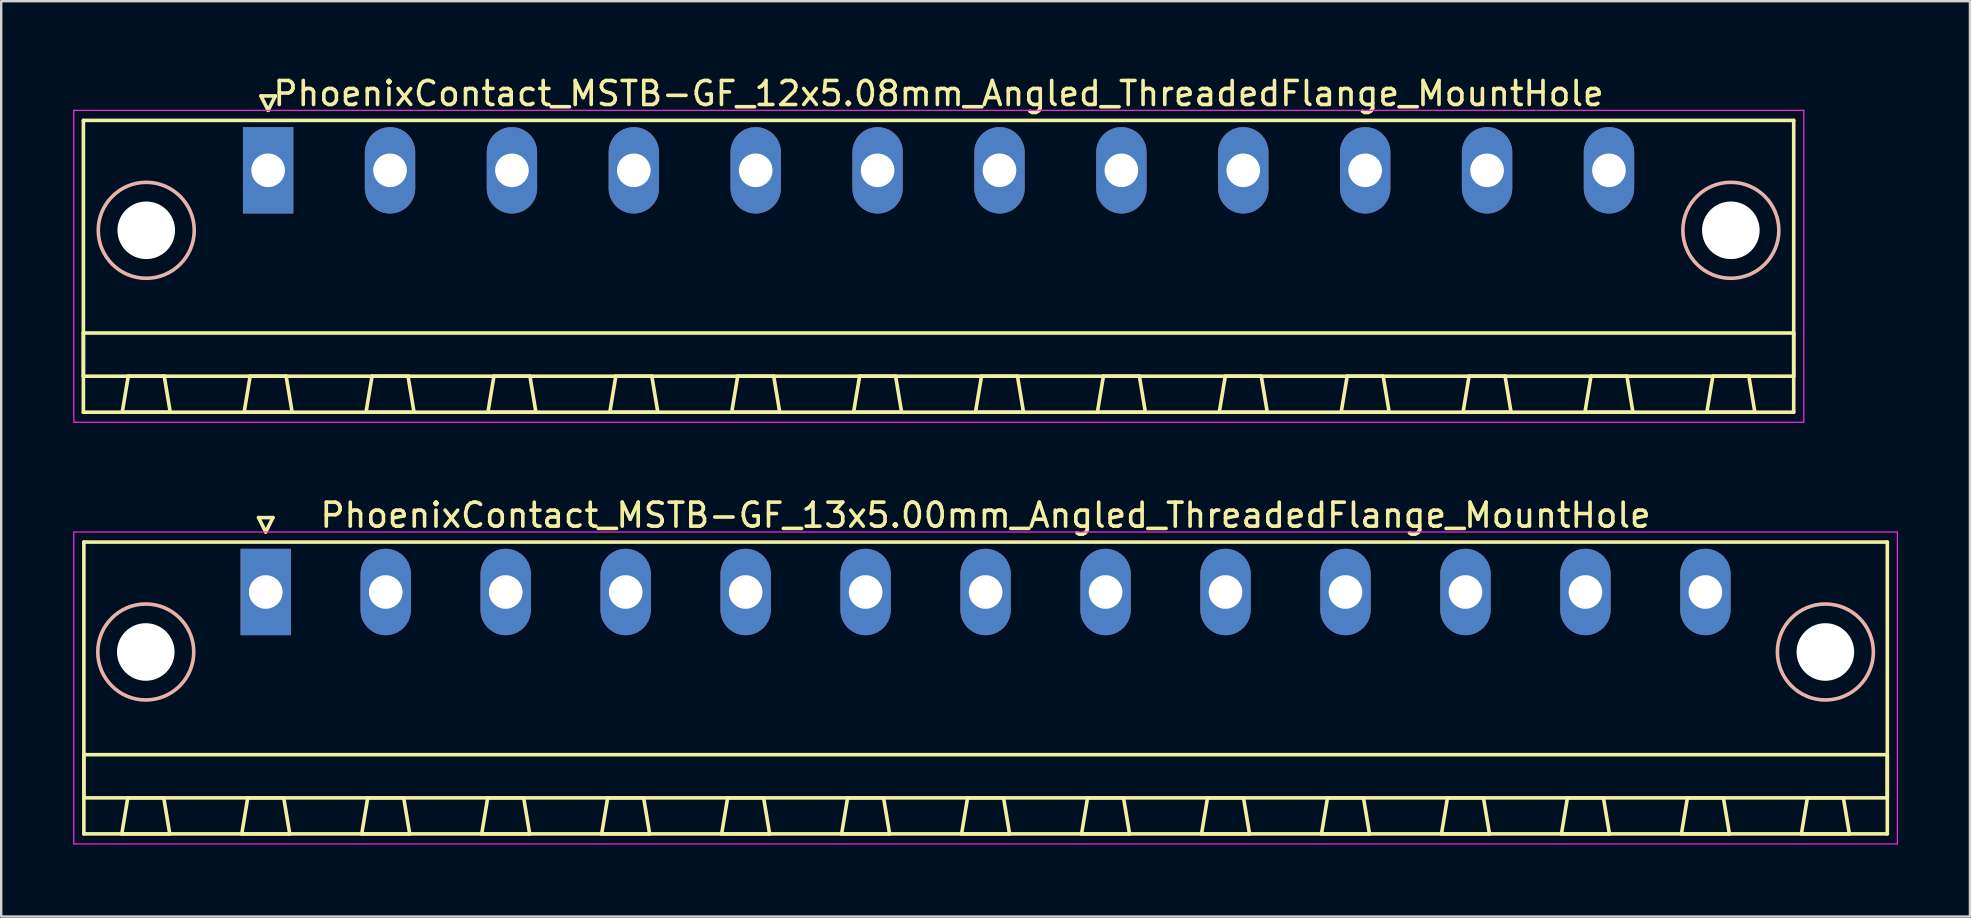
<source format=kicad_pcb>
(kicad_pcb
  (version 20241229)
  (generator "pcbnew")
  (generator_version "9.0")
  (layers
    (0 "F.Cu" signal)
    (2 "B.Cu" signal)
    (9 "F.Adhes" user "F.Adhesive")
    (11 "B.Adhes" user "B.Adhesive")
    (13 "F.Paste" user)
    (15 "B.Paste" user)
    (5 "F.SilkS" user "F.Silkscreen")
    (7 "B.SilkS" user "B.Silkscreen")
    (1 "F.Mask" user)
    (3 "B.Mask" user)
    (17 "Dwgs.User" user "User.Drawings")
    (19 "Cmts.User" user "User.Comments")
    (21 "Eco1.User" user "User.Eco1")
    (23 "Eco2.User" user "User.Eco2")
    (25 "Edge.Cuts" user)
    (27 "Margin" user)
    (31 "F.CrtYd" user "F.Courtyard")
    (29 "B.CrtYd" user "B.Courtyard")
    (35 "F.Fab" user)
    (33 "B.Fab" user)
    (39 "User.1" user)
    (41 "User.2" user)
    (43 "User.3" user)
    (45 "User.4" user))
  (footprint "PhoenixContact_MSTB-GF_12x5.08mm_Angled_ThreadedFlange_MountHole"
    (layer "F.Cu")
    (at 8.125 4.048)
    (property "Reference" "PhoenixContact_MSTB-GF_12x5.08mm_Angled_ThreadedFlange_MountHole" (at 27.94 -3.2 0) (layer "F.SilkS") (effects (font (size 1 1) (thickness 0.15))))
    (attr through_hole)
    (fp_line (start -7.7 -2.08) (end -7.7 10.08) (stroke (width 0.15) (type solid)) (layer "F.SilkS"))
    (fp_line (start -7.7 6.78) (end 63.58 6.78) (stroke (width 0.15) (type solid)) (layer "F.SilkS"))
    (fp_line (start -7.7 8.58) (end -7.7 6.78) (stroke (width 0.15) (type solid)) (layer "F.SilkS"))
    (fp_line (start -7.7 10.08) (end 63.58 10.08) (stroke (width 0.15) (type solid)) (layer "F.SilkS"))
    (fp_line (start -6.08 10.08) (end -4.08 10.08) (stroke (width 0.15) (type solid)) (layer "F.SilkS"))
    (fp_line (start -5.83 8.58) (end -6.08 10.08) (stroke (width 0.15) (type solid)) (layer "F.SilkS"))
    (fp_line (start -4.33 8.58) (end -5.83 8.58) (stroke (width 0.15) (type solid)) (layer "F.SilkS"))
    (fp_line (start -4.08 10.08) (end -4.33 8.58) (stroke (width 0.15) (type solid)) (layer "F.SilkS"))
    (fp_line (start -1 10.08) (end 1 10.08) (stroke (width 0.15) (type solid)) (layer "F.SilkS"))
    (fp_line (start -0.75 8.58) (end -1 10.08) (stroke (width 0.15) (type solid)) (layer "F.SilkS"))
    (fp_line (start -0.3 -3.1) (end 0 -2.5) (stroke (width 0.15) (type solid)) (layer "F.SilkS"))
    (fp_line (start 0 -2.5) (end 0.3 -3.1) (stroke (width 0.15) (type solid)) (layer "F.SilkS"))
    (fp_line (start 0.3 -3.1) (end -0.3 -3.1) (stroke (width 0.15) (type solid)) (layer "F.SilkS"))
    (fp_line (start 0.75 8.58) (end -0.75 8.58) (stroke (width 0.15) (type solid)) (layer "F.SilkS"))
    (fp_line (start 1 10.08) (end 0.75 8.58) (stroke (width 0.15) (type solid)) (layer "F.SilkS"))
    (fp_line (start 4.08 10.08) (end 6.08 10.08) (stroke (width 0.15) (type solid)) (layer "F.SilkS"))
    (fp_line (start 4.33 8.58) (end 4.08 10.08) (stroke (width 0.15) (type solid)) (layer "F.SilkS"))
    (fp_line (start 5.83 8.58) (end 4.33 8.58) (stroke (width 0.15) (type solid)) (layer "F.SilkS"))
    (fp_line (start 6.08 10.08) (end 5.83 8.58) (stroke (width 0.15) (type solid)) (layer "F.SilkS"))
    (fp_line (start 9.16 10.08) (end 11.16 10.08) (stroke (width 0.15) (type solid)) (layer "F.SilkS"))
    (fp_line (start 9.41 8.58) (end 9.16 10.08) (stroke (width 0.15) (type solid)) (layer "F.SilkS"))
    (fp_line (start 10.91 8.58) (end 9.41 8.58) (stroke (width 0.15) (type solid)) (layer "F.SilkS"))
    (fp_line (start 11.16 10.08) (end 10.91 8.58) (stroke (width 0.15) (type solid)) (layer "F.SilkS"))
    (fp_line (start 14.24 10.08) (end 16.24 10.08) (stroke (width 0.15) (type solid)) (layer "F.SilkS"))
    (fp_line (start 14.49 8.58) (end 14.24 10.08) (stroke (width 0.15) (type solid)) (layer "F.SilkS"))
    (fp_line (start 15.99 8.58) (end 14.49 8.58) (stroke (width 0.15) (type solid)) (layer "F.SilkS"))
    (fp_line (start 16.24 10.08) (end 15.99 8.58) (stroke (width 0.15) (type solid)) (layer "F.SilkS"))
    (fp_line (start 19.32 10.08) (end 21.32 10.08) (stroke (width 0.15) (type solid)) (layer "F.SilkS"))
    (fp_line (start 19.57 8.58) (end 19.32 10.08) (stroke (width 0.15) (type solid)) (layer "F.SilkS"))
    (fp_line (start 21.07 8.58) (end 19.57 8.58) (stroke (width 0.15) (type solid)) (layer "F.SilkS"))
    (fp_line (start 21.32 10.08) (end 21.07 8.58) (stroke (width 0.15) (type solid)) (layer "F.SilkS"))
    (fp_line (start 24.4 10.08) (end 26.4 10.08) (stroke (width 0.15) (type solid)) (layer "F.SilkS"))
    (fp_line (start 24.65 8.58) (end 24.4 10.08) (stroke (width 0.15) (type solid)) (layer "F.SilkS"))
    (fp_line (start 26.15 8.58) (end 24.65 8.58) (stroke (width 0.15) (type solid)) (layer "F.SilkS"))
    (fp_line (start 26.4 10.08) (end 26.15 8.58) (stroke (width 0.15) (type solid)) (layer "F.SilkS"))
    (fp_line (start 29.48 10.08) (end 31.48 10.08) (stroke (width 0.15) (type solid)) (layer "F.SilkS"))
    (fp_line (start 29.73 8.58) (end 29.48 10.08) (stroke (width 0.15) (type solid)) (layer "F.SilkS"))
    (fp_line (start 31.23 8.58) (end 29.73 8.58) (stroke (width 0.15) (type solid)) (layer "F.SilkS"))
    (fp_line (start 31.48 10.08) (end 31.23 8.58) (stroke (width 0.15) (type solid)) (layer "F.SilkS"))
    (fp_line (start 34.56 10.08) (end 36.56 10.08) (stroke (width 0.15) (type solid)) (layer "F.SilkS"))
    (fp_line (start 34.81 8.58) (end 34.56 10.08) (stroke (width 0.15) (type solid)) (layer "F.SilkS"))
    (fp_line (start 36.31 8.58) (end 34.81 8.58) (stroke (width 0.15) (type solid)) (layer "F.SilkS"))
    (fp_line (start 36.56 10.08) (end 36.31 8.58) (stroke (width 0.15) (type solid)) (layer "F.SilkS"))
    (fp_line (start 39.64 10.08) (end 41.64 10.08) (stroke (width 0.15) (type solid)) (layer "F.SilkS"))
    (fp_line (start 39.89 8.58) (end 39.64 10.08) (stroke (width 0.15) (type solid)) (layer "F.SilkS"))
    (fp_line (start 41.39 8.58) (end 39.89 8.58) (stroke (width 0.15) (type solid)) (layer "F.SilkS"))
    (fp_line (start 41.64 10.08) (end 41.39 8.58) (stroke (width 0.15) (type solid)) (layer "F.SilkS"))
    (fp_line (start 44.72 10.08) (end 46.72 10.08) (stroke (width 0.15) (type solid)) (layer "F.SilkS"))
    (fp_line (start 44.97 8.58) (end 44.72 10.08) (stroke (width 0.15) (type solid)) (layer "F.SilkS"))
    (fp_line (start 46.47 8.58) (end 44.97 8.58) (stroke (width 0.15) (type solid)) (layer "F.SilkS"))
    (fp_line (start 46.72 10.08) (end 46.47 8.58) (stroke (width 0.15) (type solid)) (layer "F.SilkS"))
    (fp_line (start 49.8 10.08) (end 51.8 10.08) (stroke (width 0.15) (type solid)) (layer "F.SilkS"))
    (fp_line (start 50.05 8.58) (end 49.8 10.08) (stroke (width 0.15) (type solid)) (layer "F.SilkS"))
    (fp_line (start 51.55 8.58) (end 50.05 8.58) (stroke (width 0.15) (type solid)) (layer "F.SilkS"))
    (fp_line (start 51.8 10.08) (end 51.55 8.58) (stroke (width 0.15) (type solid)) (layer "F.SilkS"))
    (fp_line (start 54.88 10.08) (end 56.88 10.08) (stroke (width 0.15) (type solid)) (layer "F.SilkS"))
    (fp_line (start 55.13 8.58) (end 54.88 10.08) (stroke (width 0.15) (type solid)) (layer "F.SilkS"))
    (fp_line (start 56.63 8.58) (end 55.13 8.58) (stroke (width 0.15) (type solid)) (layer "F.SilkS"))
    (fp_line (start 56.88 10.08) (end 56.63 8.58) (stroke (width 0.15) (type solid)) (layer "F.SilkS"))
    (fp_line (start 59.96 10.08) (end 61.96 10.08) (stroke (width 0.15) (type solid)) (layer "F.SilkS"))
    (fp_line (start 60.21 8.58) (end 59.96 10.08) (stroke (width 0.15) (type solid)) (layer "F.SilkS"))
    (fp_line (start 61.71 8.58) (end 60.21 8.58) (stroke (width 0.15) (type solid)) (layer "F.SilkS"))
    (fp_line (start 61.96 10.08) (end 61.71 8.58) (stroke (width 0.15) (type solid)) (layer "F.SilkS"))
    (fp_line (start 63.58 -2.08) (end -7.7 -2.08) (stroke (width 0.15) (type solid)) (layer "F.SilkS"))
    (fp_line (start 63.58 6.78) (end 63.58 8.58) (stroke (width 0.15) (type solid)) (layer "F.SilkS"))
    (fp_line (start 63.58 8.58) (end -7.7 8.58) (stroke (width 0.15) (type solid)) (layer "F.SilkS"))
    (fp_line (start 63.58 10.08) (end 63.58 -2.08) (stroke (width 0.15) (type solid)) (layer "F.SilkS"))
    (fp_circle (center -5.08 2.5) (end -3.08 2.5) (stroke (width 0.15) (type solid)) (fill no) (layer "B.SilkS"))
    (fp_circle (center 60.96 2.5) (end 62.96 2.5) (stroke (width 0.15) (type solid)) (fill no) (layer "B.SilkS"))
    (fp_line (start -8.1 -2.5) (end -8.1 10.5) (stroke (width 0.05) (type solid)) (layer "F.CrtYd"))
    (fp_line (start -8.1 10.5) (end 64 10.5) (stroke (width 0.05) (type solid)) (layer "F.CrtYd"))
    (fp_line (start 64 -2.5) (end -8.1 -2.5) (stroke (width 0.05) (type solid)) (layer "F.CrtYd"))
    (fp_line (start 64 10.5) (end 64 -2.5) (stroke (width 0.05) (type solid)) (layer "F.CrtYd"))
    (pad "" np_thru_hole circle (at -5.08 2.5) (size 2.4 2.4) (drill 2.4) (layers "*.Cu" "*.Mask"))
    (pad "" np_thru_hole circle (at 60.96 2.5) (size 2.4 2.4) (drill 2.4) (layers "*.Cu" "*.Mask"))
    (pad "1" thru_hole rect (at 0 0) (size 2.1 3.6) (drill 1.4) (layers "*.Cu" "*.Mask"))
    (pad "2" thru_hole oval (at 5.08 0) (size 2.1 3.6) (drill 1.4) (layers "*.Cu" "*.Mask"))
    (pad "3" thru_hole oval (at 10.16 0) (size 2.1 3.6) (drill 1.4) (layers "*.Cu" "*.Mask"))
    (pad "4" thru_hole oval (at 15.24 0) (size 2.1 3.6) (drill 1.4) (layers "*.Cu" "*.Mask"))
    (pad "5" thru_hole oval (at 20.32 0) (size 2.1 3.6) (drill 1.4) (layers "*.Cu" "*.Mask"))
    (pad "6" thru_hole oval (at 25.4 0) (size 2.1 3.6) (drill 1.4) (layers "*.Cu" "*.Mask"))
    (pad "7" thru_hole oval (at 30.48 0) (size 2.1 3.6) (drill 1.4) (layers "*.Cu" "*.Mask"))
    (pad "8" thru_hole oval (at 35.56 0) (size 2.1 3.6) (drill 1.4) (layers "*.Cu" "*.Mask"))
    (pad "9" thru_hole oval (at 40.64 0) (size 2.1 3.6) (drill 1.4) (layers "*.Cu" "*.Mask"))
    (pad "10" thru_hole oval (at 45.72 0) (size 2.1 3.6) (drill 1.4) (layers "*.Cu" "*.Mask"))
    (pad "11" thru_hole oval (at 50.8 0) (size 2.1 3.6) (drill 1.4) (layers "*.Cu" "*.Mask"))
    (pad "12" thru_hole oval (at 55.88 0) (size 2.1 3.6) (drill 1.4) (layers "*.Cu" "*.Mask")))
  (footprint "PhoenixContact_MSTB-GF_13x5.00mm_Angled_ThreadedFlange_MountHole"
    (layer "F.Cu")
    (at 8.025 21.622)
    (property "Reference" "PhoenixContact_MSTB-GF_13x5.00mm_Angled_ThreadedFlange_MountHole" (at 30 -3.2 0) (layer "F.SilkS") (effects (font (size 1 1) (thickness 0.15))))
    (attr through_hole)
    (fp_line (start -7.58 -2.08) (end -7.58 10.08) (stroke (width 0.15) (type solid)) (layer "F.SilkS"))
    (fp_line (start -7.58 6.78) (end 67.58 6.78) (stroke (width 0.15) (type solid)) (layer "F.SilkS"))
    (fp_line (start -7.58 8.58) (end -7.58 6.78) (stroke (width 0.15) (type solid)) (layer "F.SilkS"))
    (fp_line (start -7.58 10.08) (end 67.58 10.08) (stroke (width 0.15) (type solid)) (layer "F.SilkS"))
    (fp_line (start -6 10.08) (end -4 10.08) (stroke (width 0.15) (type solid)) (layer "F.SilkS"))
    (fp_line (start -5.75 8.58) (end -6 10.08) (stroke (width 0.15) (type solid)) (layer "F.SilkS"))
    (fp_line (start -4.25 8.58) (end -5.75 8.58) (stroke (width 0.15) (type solid)) (layer "F.SilkS"))
    (fp_line (start -4 10.08) (end -4.25 8.58) (stroke (width 0.15) (type solid)) (layer "F.SilkS"))
    (fp_line (start -1 10.08) (end 1 10.08) (stroke (width 0.15) (type solid)) (layer "F.SilkS"))
    (fp_line (start -0.75 8.58) (end -1 10.08) (stroke (width 0.15) (type solid)) (layer "F.SilkS"))
    (fp_line (start -0.3 -3.1) (end 0 -2.5) (stroke (width 0.15) (type solid)) (layer "F.SilkS"))
    (fp_line (start 0 -2.5) (end 0.3 -3.1) (stroke (width 0.15) (type solid)) (layer "F.SilkS"))
    (fp_line (start 0.3 -3.1) (end -0.3 -3.1) (stroke (width 0.15) (type solid)) (layer "F.SilkS"))
    (fp_line (start 0.75 8.58) (end -0.75 8.58) (stroke (width 0.15) (type solid)) (layer "F.SilkS"))
    (fp_line (start 1 10.08) (end 0.75 8.58) (stroke (width 0.15) (type solid)) (layer "F.SilkS"))
    (fp_line (start 4 10.08) (end 6 10.08) (stroke (width 0.15) (type solid)) (layer "F.SilkS"))
    (fp_line (start 4.25 8.58) (end 4 10.08) (stroke (width 0.15) (type solid)) (layer "F.SilkS"))
    (fp_line (start 5.75 8.58) (end 4.25 8.58) (stroke (width 0.15) (type solid)) (layer "F.SilkS"))
    (fp_line (start 6 10.08) (end 5.75 8.58) (stroke (width 0.15) (type solid)) (layer "F.SilkS"))
    (fp_line (start 9 10.08) (end 11 10.08) (stroke (width 0.15) (type solid)) (layer "F.SilkS"))
    (fp_line (start 9.25 8.58) (end 9 10.08) (stroke (width 0.15) (type solid)) (layer "F.SilkS"))
    (fp_line (start 10.75 8.58) (end 9.25 8.58) (stroke (width 0.15) (type solid)) (layer "F.SilkS"))
    (fp_line (start 11 10.08) (end 10.75 8.58) (stroke (width 0.15) (type solid)) (layer "F.SilkS"))
    (fp_line (start 14 10.08) (end 16 10.08) (stroke (width 0.15) (type solid)) (layer "F.SilkS"))
    (fp_line (start 14.25 8.58) (end 14 10.08) (stroke (width 0.15) (type solid)) (layer "F.SilkS"))
    (fp_line (start 15.75 8.58) (end 14.25 8.58) (stroke (width 0.15) (type solid)) (layer "F.SilkS"))
    (fp_line (start 16 10.08) (end 15.75 8.58) (stroke (width 0.15) (type solid)) (layer "F.SilkS"))
    (fp_line (start 19 10.08) (end 21 10.08) (stroke (width 0.15) (type solid)) (layer "F.SilkS"))
    (fp_line (start 19.25 8.58) (end 19 10.08) (stroke (width 0.15) (type solid)) (layer "F.SilkS"))
    (fp_line (start 20.75 8.58) (end 19.25 8.58) (stroke (width 0.15) (type solid)) (layer "F.SilkS"))
    (fp_line (start 21 10.08) (end 20.75 8.58) (stroke (width 0.15) (type solid)) (layer "F.SilkS"))
    (fp_line (start 24 10.08) (end 26 10.08) (stroke (width 0.15) (type solid)) (layer "F.SilkS"))
    (fp_line (start 24.25 8.58) (end 24 10.08) (stroke (width 0.15) (type solid)) (layer "F.SilkS"))
    (fp_line (start 25.75 8.58) (end 24.25 8.58) (stroke (width 0.15) (type solid)) (layer "F.SilkS"))
    (fp_line (start 26 10.08) (end 25.75 8.58) (stroke (width 0.15) (type solid)) (layer "F.SilkS"))
    (fp_line (start 29 10.08) (end 31 10.08) (stroke (width 0.15) (type solid)) (layer "F.SilkS"))
    (fp_line (start 29.25 8.58) (end 29 10.08) (stroke (width 0.15) (type solid)) (layer "F.SilkS"))
    (fp_line (start 30.75 8.58) (end 29.25 8.58) (stroke (width 0.15) (type solid)) (layer "F.SilkS"))
    (fp_line (start 31 10.08) (end 30.75 8.58) (stroke (width 0.15) (type solid)) (layer "F.SilkS"))
    (fp_line (start 34 10.08) (end 36 10.08) (stroke (width 0.15) (type solid)) (layer "F.SilkS"))
    (fp_line (start 34.25 8.58) (end 34 10.08) (stroke (width 0.15) (type solid)) (layer "F.SilkS"))
    (fp_line (start 35.75 8.58) (end 34.25 8.58) (stroke (width 0.15) (type solid)) (layer "F.SilkS"))
    (fp_line (start 36 10.08) (end 35.75 8.58) (stroke (width 0.15) (type solid)) (layer "F.SilkS"))
    (fp_line (start 39 10.08) (end 41 10.08) (stroke (width 0.15) (type solid)) (layer "F.SilkS"))
    (fp_line (start 39.25 8.58) (end 39 10.08) (stroke (width 0.15) (type solid)) (layer "F.SilkS"))
    (fp_line (start 40.75 8.58) (end 39.25 8.58) (stroke (width 0.15) (type solid)) (layer "F.SilkS"))
    (fp_line (start 41 10.08) (end 40.75 8.58) (stroke (width 0.15) (type solid)) (layer "F.SilkS"))
    (fp_line (start 44 10.08) (end 46 10.08) (stroke (width 0.15) (type solid)) (layer "F.SilkS"))
    (fp_line (start 44.25 8.58) (end 44 10.08) (stroke (width 0.15) (type solid)) (layer "F.SilkS"))
    (fp_line (start 45.75 8.58) (end 44.25 8.58) (stroke (width 0.15) (type solid)) (layer "F.SilkS"))
    (fp_line (start 46 10.08) (end 45.75 8.58) (stroke (width 0.15) (type solid)) (layer "F.SilkS"))
    (fp_line (start 49 10.08) (end 51 10.08) (stroke (width 0.15) (type solid)) (layer "F.SilkS"))
    (fp_line (start 49.25 8.58) (end 49 10.08) (stroke (width 0.15) (type solid)) (layer "F.SilkS"))
    (fp_line (start 50.75 8.58) (end 49.25 8.58) (stroke (width 0.15) (type solid)) (layer "F.SilkS"))
    (fp_line (start 51 10.08) (end 50.75 8.58) (stroke (width 0.15) (type solid)) (layer "F.SilkS"))
    (fp_line (start 54 10.08) (end 56 10.08) (stroke (width 0.15) (type solid)) (layer "F.SilkS"))
    (fp_line (start 54.25 8.58) (end 54 10.08) (stroke (width 0.15) (type solid)) (layer "F.SilkS"))
    (fp_line (start 55.75 8.58) (end 54.25 8.58) (stroke (width 0.15) (type solid)) (layer "F.SilkS"))
    (fp_line (start 56 10.08) (end 55.75 8.58) (stroke (width 0.15) (type solid)) (layer "F.SilkS"))
    (fp_line (start 59 10.08) (end 61 10.08) (stroke (width 0.15) (type solid)) (layer "F.SilkS"))
    (fp_line (start 59.25 8.58) (end 59 10.08) (stroke (width 0.15) (type solid)) (layer "F.SilkS"))
    (fp_line (start 60.75 8.58) (end 59.25 8.58) (stroke (width 0.15) (type solid)) (layer "F.SilkS"))
    (fp_line (start 61 10.08) (end 60.75 8.58) (stroke (width 0.15) (type solid)) (layer "F.SilkS"))
    (fp_line (start 64 10.08) (end 66 10.08) (stroke (width 0.15) (type solid)) (layer "F.SilkS"))
    (fp_line (start 64.25 8.58) (end 64 10.08) (stroke (width 0.15) (type solid)) (layer "F.SilkS"))
    (fp_line (start 65.75 8.58) (end 64.25 8.58) (stroke (width 0.15) (type solid)) (layer "F.SilkS"))
    (fp_line (start 66 10.08) (end 65.75 8.58) (stroke (width 0.15) (type solid)) (layer "F.SilkS"))
    (fp_line (start 67.58 -2.08) (end -7.58 -2.08) (stroke (width 0.15) (type solid)) (layer "F.SilkS"))
    (fp_line (start 67.58 6.78) (end 67.58 8.58) (stroke (width 0.15) (type solid)) (layer "F.SilkS"))
    (fp_line (start 67.58 8.58) (end -7.58 8.58) (stroke (width 0.15) (type solid)) (layer "F.SilkS"))
    (fp_line (start 67.58 10.08) (end 67.58 -2.08) (stroke (width 0.15) (type solid)) (layer "F.SilkS"))
    (fp_circle (center -5 2.5) (end -3 2.5) (stroke (width 0.15) (type solid)) (fill no) (layer "B.SilkS"))
    (fp_circle (center 65 2.5) (end 67 2.5) (stroke (width 0.15) (type solid)) (fill no) (layer "B.SilkS"))
    (fp_line (start -8 -2.5) (end -8 10.5) (stroke (width 0.05) (type solid)) (layer "F.CrtYd"))
    (fp_line (start -8 10.5) (end 68 10.5) (stroke (width 0.05) (type solid)) (layer "F.CrtYd"))
    (fp_line (start 68 -2.5) (end -8 -2.5) (stroke (width 0.05) (type solid)) (layer "F.CrtYd"))
    (fp_line (start 68 10.5) (end 68 -2.5) (stroke (width 0.05) (type solid)) (layer "F.CrtYd"))
    (pad "" np_thru_hole circle (at -5 2.5) (size 2.4 2.4) (drill 2.4) (layers "*.Cu" "*.Mask"))
    (pad "" np_thru_hole circle (at 65 2.5) (size 2.4 2.4) (drill 2.4) (layers "*.Cu" "*.Mask"))
    (pad "1" thru_hole rect (at 0 0) (size 2.1 3.6) (drill 1.4) (layers "*.Cu" "*.Mask"))
    (pad "2" thru_hole oval (at 5 0) (size 2.1 3.6) (drill 1.4) (layers "*.Cu" "*.Mask"))
    (pad "3" thru_hole oval (at 10 0) (size 2.1 3.6) (drill 1.4) (layers "*.Cu" "*.Mask"))
    (pad "4" thru_hole oval (at 15 0) (size 2.1 3.6) (drill 1.4) (layers "*.Cu" "*.Mask"))
    (pad "5" thru_hole oval (at 20 0) (size 2.1 3.6) (drill 1.4) (layers "*.Cu" "*.Mask"))
    (pad "6" thru_hole oval (at 25 0) (size 2.1 3.6) (drill 1.4) (layers "*.Cu" "*.Mask"))
    (pad "7" thru_hole oval (at 30 0) (size 2.1 3.6) (drill 1.4) (layers "*.Cu" "*.Mask"))
    (pad "8" thru_hole oval (at 35 0) (size 2.1 3.6) (drill 1.4) (layers "*.Cu" "*.Mask"))
    (pad "9" thru_hole oval (at 40 0) (size 2.1 3.6) (drill 1.4) (layers "*.Cu" "*.Mask"))
    (pad "10" thru_hole oval (at 45 0) (size 2.1 3.6) (drill 1.4) (layers "*.Cu" "*.Mask"))
    (pad "11" thru_hole oval (at 50 0) (size 2.1 3.6) (drill 1.4) (layers "*.Cu" "*.Mask"))
    (pad "12" thru_hole oval (at 55 0) (size 2.1 3.6) (drill 1.4) (layers "*.Cu" "*.Mask"))
    (pad "13" thru_hole oval (at 60 0) (size 2.1 3.6) (drill 1.4) (layers "*.Cu" "*.Mask")))
  (gr_rect
    (start -3 -3)
    (end 79.05 35.147)
    (stroke (width 0.1) (type default))
    (fill no)
    (layer "Edge.Cuts")))
</source>
